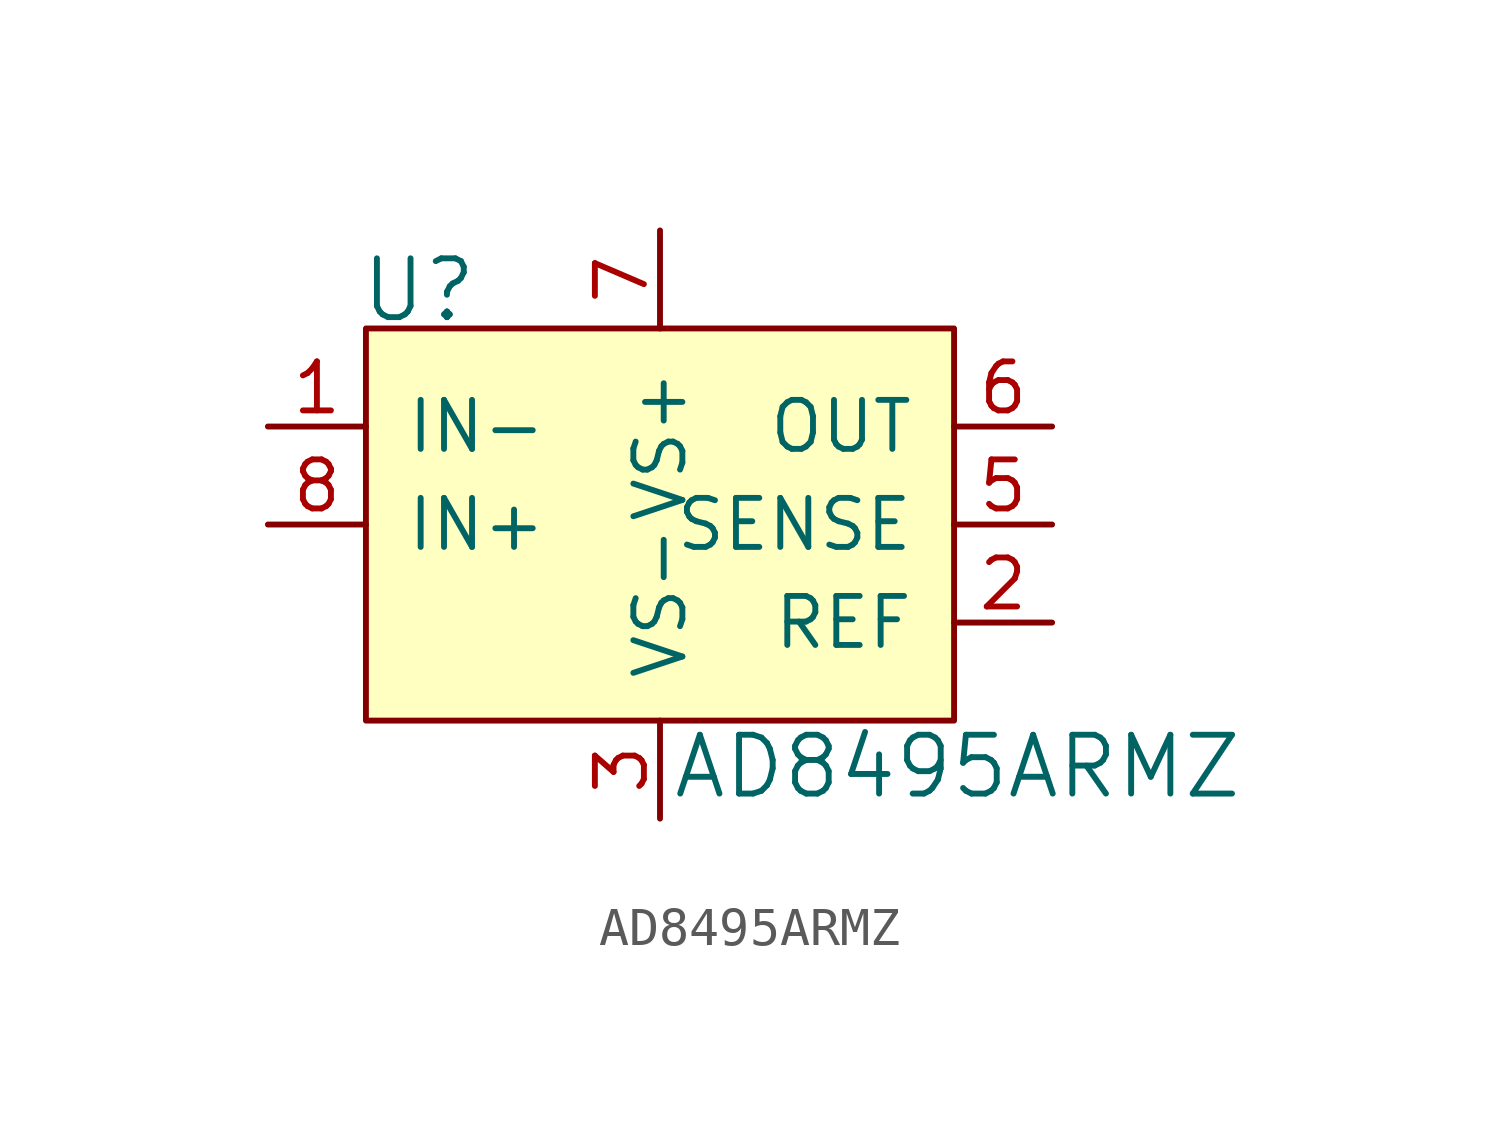
<source format=kicad_sym>
(kicad_symbol_lib
  (version 20211014)
  (generator kicad_symbol_editor)
  (symbol "AD8495ARMZ"
    (pin_names
      (offset 1.016))
    (property "Reference" "U"
      (at -7.798 3.531 0)
      (effects (font (size 1.524 1.524)) (justify left)))
    (property "Value" "AD8495ARMZ"
      (at 0.279 -8.814 0)
      (effects (font (size 1.524 1.524)) (justify left)))
    (symbol "AD8495ARMZ_0_1"
      (rectangle (start 7.62 2.54) (end -7.62 -7.62) (stroke (width 0) (type default) (color 0 0 0 0)) (fill (type background))))
    (symbol "AD8495ARMZ_1_1"
      (pin input line (at -10.16 0 0) (length 2.54) (name "IN-" (effects (font (size 1.27 1.27)))) (number "1" (effects (font (size 1.27 1.27)))))
      (pin output line (at 10.16 -5.08 180) (length 2.54) (name "REF" (effects (font (size 1.27 1.27)))) (number "2" (effects (font (size 1.27 1.27)))))
      (pin power_in line (at 0 -10.16 90) (length 2.54) (name "VS-" (effects (font (size 1.27 1.27)))) (number "3" (effects (font (size 1.27 1.27)))))
      (pin no_connect line (at -7.62 -5.08 0) (length 2.54) hide (name "NC" (effects (font (size 1.27 1.27)))) (number "4" (effects (font (size 1.27 1.27)))))
      (pin output line (at 10.16 -2.54 180) (length 2.54) (name "SENSE" (effects (font (size 1.27 1.27)))) (number "5" (effects (font (size 1.27 1.27)))))
      (pin output line (at 10.16 0 180) (length 2.54) (name "OUT" (effects (font (size 1.27 1.27)))) (number "6" (effects (font (size 1.27 1.27)))))
      (pin power_in line (at 0 5.08 270) (length 2.54) (name "VS+" (effects (font (size 1.27 1.27)))) (number "7" (effects (font (size 1.27 1.27)))))
      (pin input line (at -10.16 -2.54 0) (length 2.54) (name "IN+" (effects (font (size 1.27 1.27)))) (number "8" (effects (font (size 1.27 1.27))))))))
</source>
